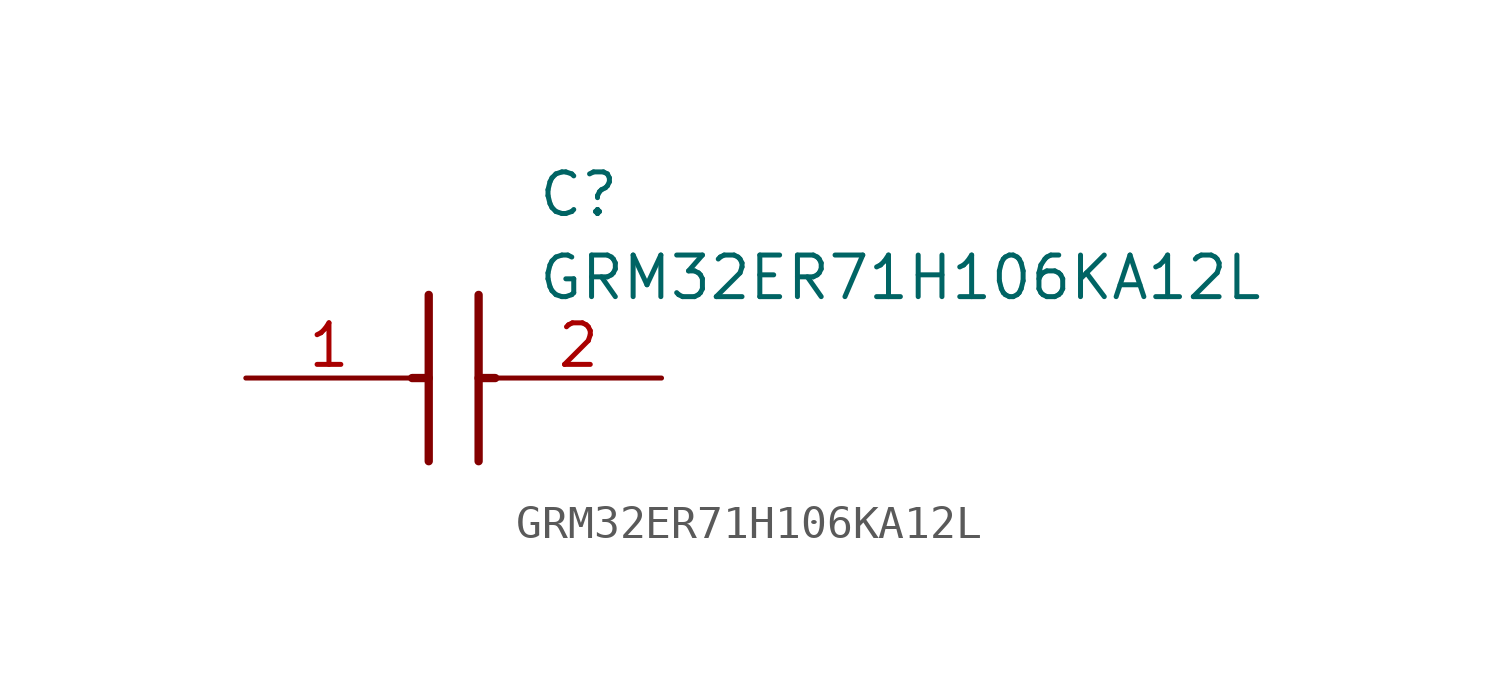
<source format=kicad_sym>
(kicad_symbol_lib
  (version 20211014)
  (generator SamacSys_ECAD_Model)
  (symbol "GRM32ER71H106KA12L"
    (pin_names hide)
    (property "Reference" "C"
      (at 8.89 6.35 0)
      (effects (font (size 1.27 1.27)) (justify left top)))
    (property "Value" "GRM32ER71H106KA12L"
      (at 8.89 3.81 0)
      (effects (font (size 1.27 1.27)) (justify left top)))
    (polyline
      (pts (xy 5.588 2.54) (xy 5.588 -2.54))
      (stroke (width 0.254) (type default))
      (fill (type none)))
    (polyline
      (pts (xy 7.112 2.54) (xy 7.112 -2.54))
      (stroke (width 0.254) (type default))
      (fill (type none)))
    (polyline
      (pts (xy 5.08 0) (xy 5.588 0))
      (stroke (width 0.254) (type default))
      (fill (type none)))
    (polyline
      (pts (xy 7.112 0) (xy 7.62 0))
      (stroke (width 0.254) (type default))
      (fill (type none)))
    (pin passive line
      (at 0 0 0)
      (length 5.08)
      (name "1" (effects (font (size 1.27 1.27))))
      (number "1" (effects (font (size 1.27 1.27)))))
    (pin passive line
      (at 12.7 0 180)
      (length 5.08)
      (name "2" (effects (font (size 1.27 1.27))))
      (number "2" (effects (font (size 1.27 1.27)))))))
</source>
